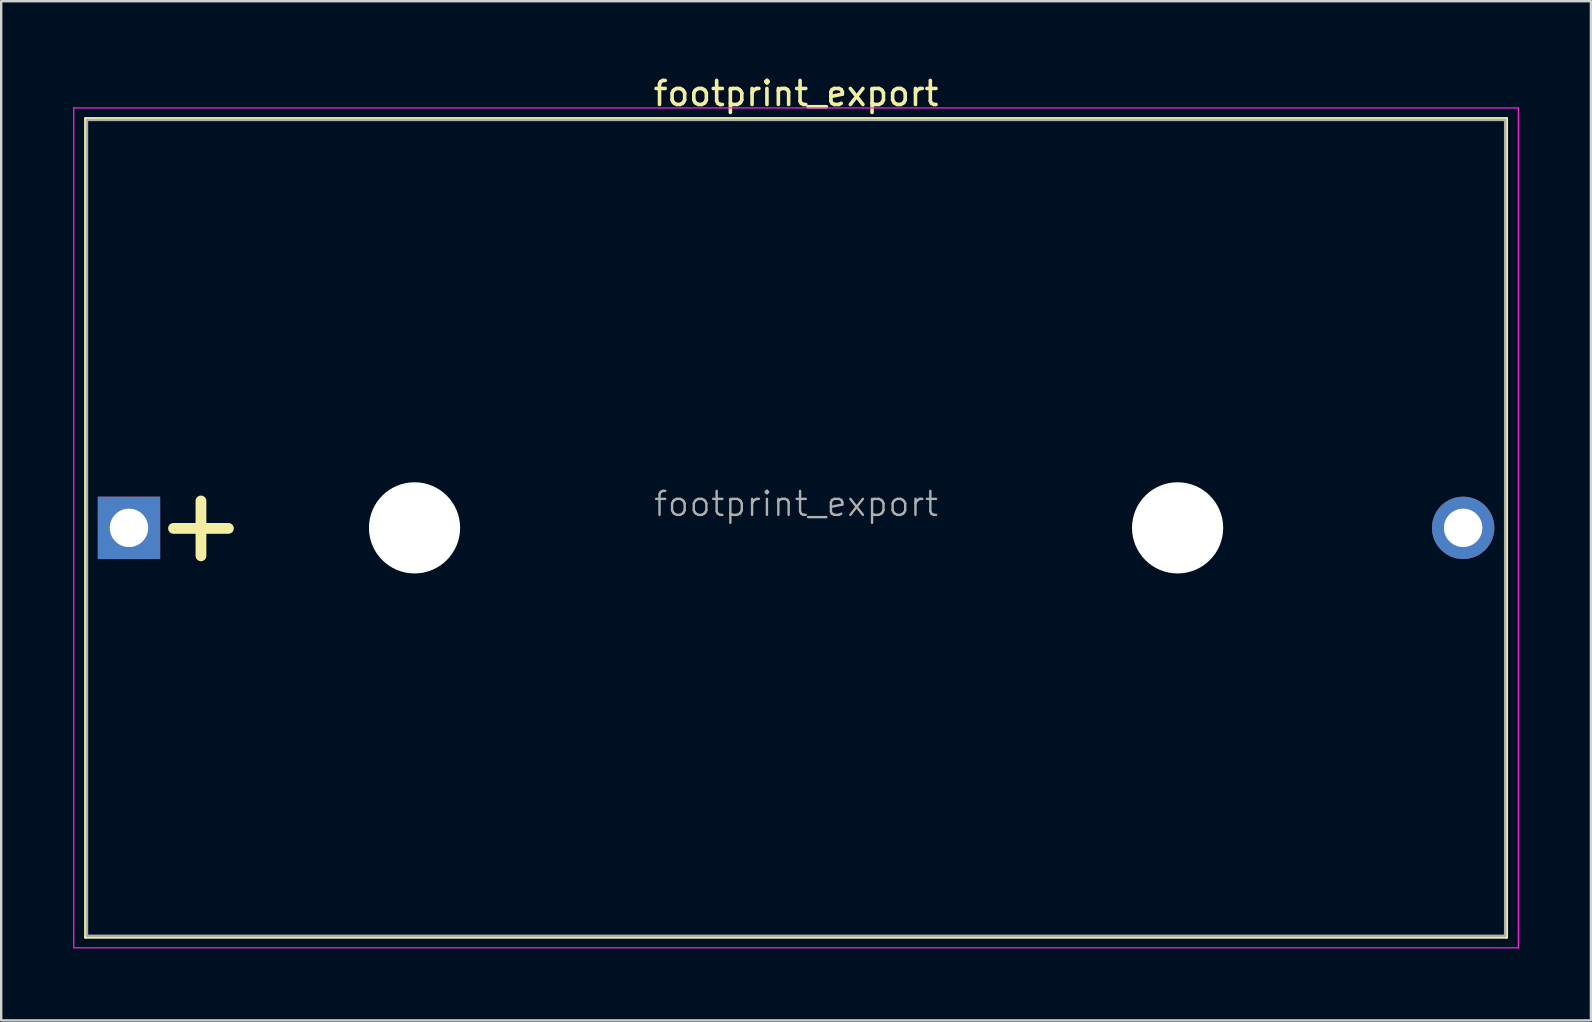
<source format=kicad_pcb>
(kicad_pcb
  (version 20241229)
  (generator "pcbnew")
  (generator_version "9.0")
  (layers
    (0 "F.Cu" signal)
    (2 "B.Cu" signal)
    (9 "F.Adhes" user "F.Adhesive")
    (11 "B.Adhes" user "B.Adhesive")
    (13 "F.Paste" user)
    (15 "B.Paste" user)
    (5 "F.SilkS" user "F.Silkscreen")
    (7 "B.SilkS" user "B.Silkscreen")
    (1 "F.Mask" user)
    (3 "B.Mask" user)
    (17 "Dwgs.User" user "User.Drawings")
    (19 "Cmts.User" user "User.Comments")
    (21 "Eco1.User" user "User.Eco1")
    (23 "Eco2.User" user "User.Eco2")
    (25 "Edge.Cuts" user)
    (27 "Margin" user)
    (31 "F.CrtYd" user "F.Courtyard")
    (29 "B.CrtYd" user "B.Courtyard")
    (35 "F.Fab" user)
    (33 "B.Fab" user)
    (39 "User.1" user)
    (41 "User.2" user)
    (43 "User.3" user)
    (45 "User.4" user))
  (footprint "footprint_export"
    (layer "F.Cu")
    (at 2.325 18.948)
    (property "Reference" "footprint_export" (at 27.8 -18.1 0) (layer "F.SilkS") (effects (font (size 1 1) (thickness 0.15))))
    (attr through_hole)
    (fp_line (start -1.81 -17.06) (end -1.81 17.06) (stroke (width 0.12) (type solid)) (layer "F.SilkS"))
    (fp_line (start -1.81 -17.06) (end 57.41 -17.06) (stroke (width 0.12) (type solid)) (layer "F.SilkS"))
    (fp_line (start -1.81 17.06) (end 57.41 17.06) (stroke (width 0.12) (type solid)) (layer "F.SilkS"))
    (fp_line (start 57.41 -17.06) (end 57.41 17.06) (stroke (width 0.12) (type solid)) (layer "F.SilkS"))
    (fp_line (start -2.3 -17.5) (end 57.9 -17.5) (stroke (width 0.05) (type solid)) (layer "F.CrtYd"))
    (fp_line (start -2.3 17.5) (end -2.3 -17.5) (stroke (width 0.05) (type solid)) (layer "F.CrtYd"))
    (fp_line (start 57.9 -17.5) (end 57.9 17.5) (stroke (width 0.05) (type solid)) (layer "F.CrtYd"))
    (fp_line (start 57.9 17.5) (end -2.3 17.5) (stroke (width 0.05) (type solid)) (layer "F.CrtYd"))
    (fp_line (start -1.75 -17) (end 57.35 -17) (stroke (width 0.1) (type solid)) (layer "F.Fab"))
    (fp_line (start -1.75 17) (end -1.75 -17) (stroke (width 0.1) (type solid)) (layer "F.Fab"))
    (fp_line (start 57.35 -17) (end 57.35 17) (stroke (width 0.1) (type solid)) (layer "F.Fab"))
    (fp_line (start 57.35 17) (end -1.75 17) (stroke (width 0.1) (type solid)) (layer "F.Fab"))
    (fp_text user "+" (at 3 -0.2 0) (layer "F.SilkS") (effects (font (size 3 3) (thickness 0.45))))
    (fp_text user "${REFERENCE}" (at 27.8 -1 0) (layer "F.Fab") (effects (font (size 1 1) (thickness 0.1))))
    (pad "" np_thru_hole circle (at 11.9 0) (size 3.8 3.8) (drill 3.8) (layers "*.Cu" "*.Mask"))
    (pad "" np_thru_hole circle (at 43.7 0) (size 3.8 3.8) (drill 3.8) (layers "*.Cu" "*.Mask"))
    (pad "1" thru_hole rect (at 0 0) (size 2.6 2.6) (drill 1.6) (layers "*.Cu" "*.Mask"))
    (pad "2" thru_hole circle (at 55.6 0) (size 2.6 2.6) (drill 1.6) (layers "*.Cu" "*.Mask")))
  (gr_rect
    (start -3 -3)
    (end 63.25 39.473)
    (stroke (width 0.1) (type default))
    (fill no)
    (layer "Edge.Cuts")))
</source>
